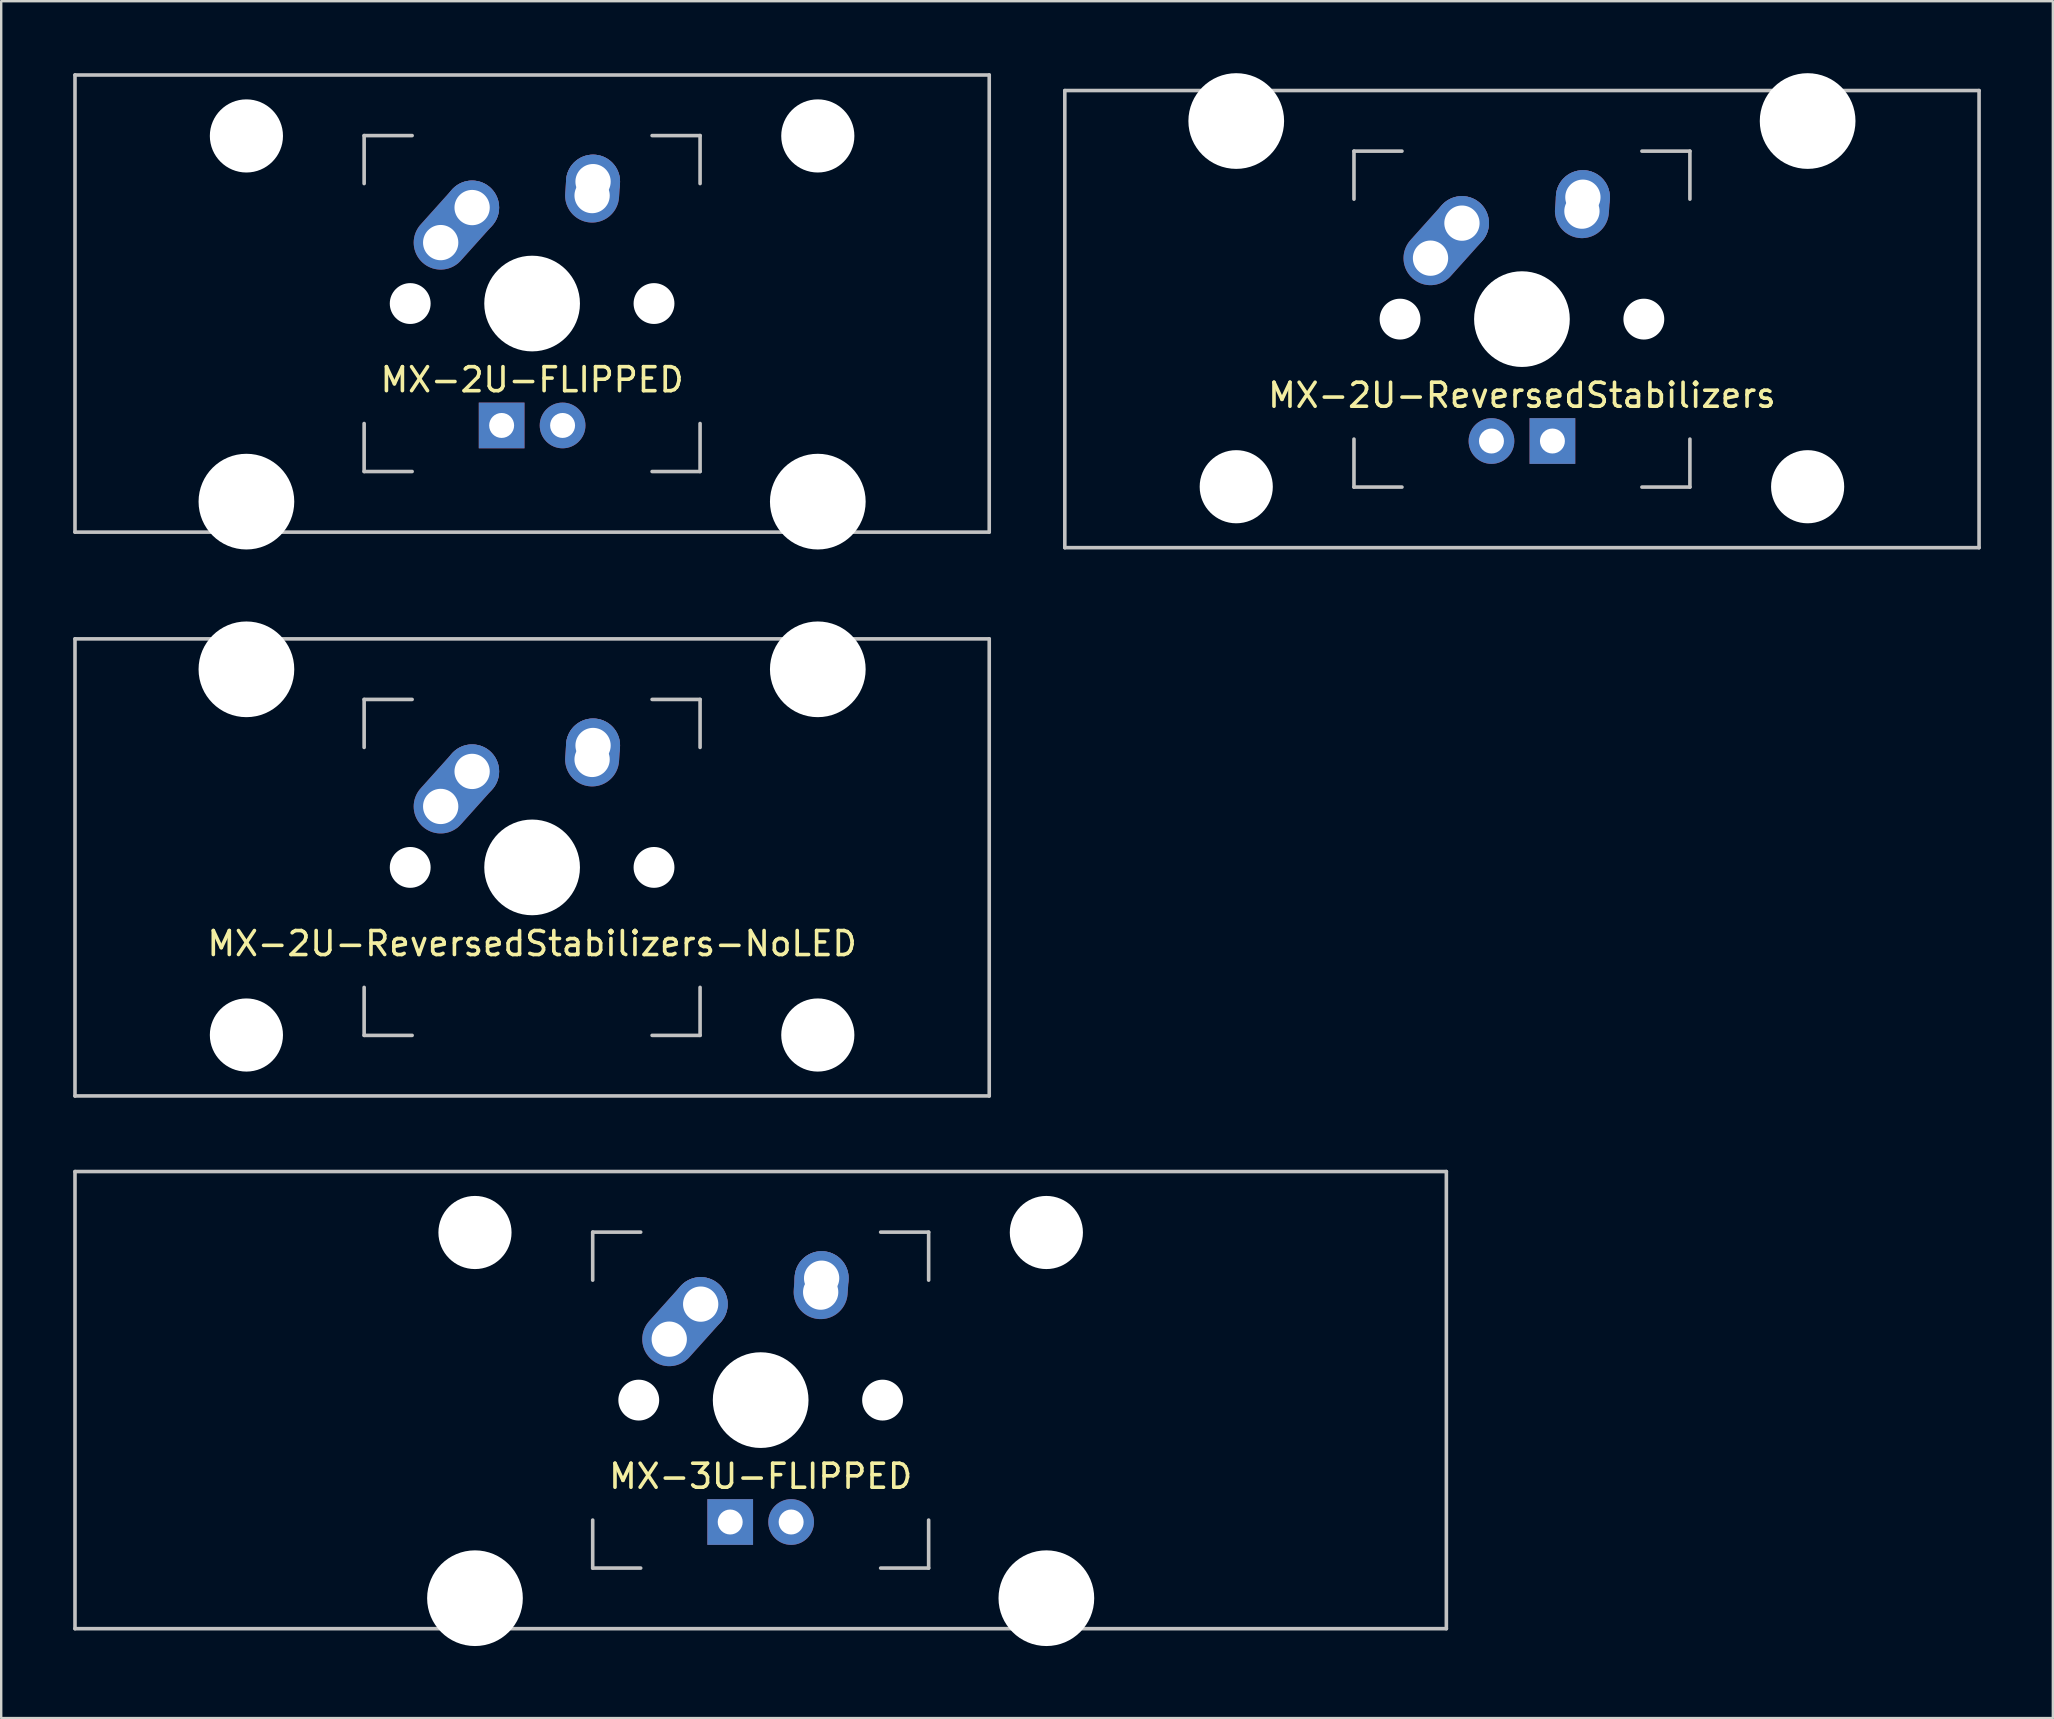
<source format=kicad_pcb>
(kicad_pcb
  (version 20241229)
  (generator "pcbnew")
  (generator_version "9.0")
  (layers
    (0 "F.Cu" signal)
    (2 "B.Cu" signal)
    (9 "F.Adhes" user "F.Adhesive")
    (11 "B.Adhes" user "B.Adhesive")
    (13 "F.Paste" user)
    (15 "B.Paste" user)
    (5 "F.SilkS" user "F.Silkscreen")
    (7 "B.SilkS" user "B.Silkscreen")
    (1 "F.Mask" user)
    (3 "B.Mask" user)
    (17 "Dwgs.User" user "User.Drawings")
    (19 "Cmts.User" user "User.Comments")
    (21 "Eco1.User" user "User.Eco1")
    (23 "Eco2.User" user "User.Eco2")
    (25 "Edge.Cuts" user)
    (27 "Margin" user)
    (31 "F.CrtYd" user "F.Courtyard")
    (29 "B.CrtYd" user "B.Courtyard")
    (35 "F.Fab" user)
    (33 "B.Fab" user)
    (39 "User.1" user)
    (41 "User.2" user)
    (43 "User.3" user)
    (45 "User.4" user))
  (footprint "MX-2U-ReversedStabilizers"
    (layer "F.Cu")
    (at 60.375 10.249)
    (property "Reference" "MX-2U-ReversedStabilizers" (at 0 3.175 0) (layer "F.SilkS") (effects (font (size 1 1) (thickness 0.15))))
    (attr through_hole)
    (fp_line (start -19.05 -9.525) (end 19.05 -9.525) (stroke (width 0.15) (type solid)) (layer "Dwgs.User"))
    (fp_line (start -19.05 9.525) (end -19.05 -9.525) (stroke (width 0.15) (type solid)) (layer "Dwgs.User"))
    (fp_line (start -19.05 9.525) (end 19.05 9.525) (stroke (width 0.15) (type solid)) (layer "Dwgs.User"))
    (fp_line (start -7 -7) (end -7 -5) (stroke (width 0.15) (type solid)) (layer "Dwgs.User"))
    (fp_line (start -7 5) (end -7 7) (stroke (width 0.15) (type solid)) (layer "Dwgs.User"))
    (fp_line (start -7 7) (end -5 7) (stroke (width 0.15) (type solid)) (layer "Dwgs.User"))
    (fp_line (start -5 -7) (end -7 -7) (stroke (width 0.15) (type solid)) (layer "Dwgs.User"))
    (fp_line (start 5 -7) (end 7 -7) (stroke (width 0.15) (type solid)) (layer "Dwgs.User"))
    (fp_line (start 5 7) (end 7 7) (stroke (width 0.15) (type solid)) (layer "Dwgs.User"))
    (fp_line (start 7 -7) (end 7 -5) (stroke (width 0.15) (type solid)) (layer "Dwgs.User"))
    (fp_line (start 7 7) (end 7 5) (stroke (width 0.15) (type solid)) (layer "Dwgs.User"))
    (fp_line (start 19.05 -9.525) (end 19.05 9.525) (stroke (width 0.15) (type solid)) (layer "Dwgs.User"))
    (pad "" np_thru_hole circle (at -11.906 -8.255) (size 3.988 3.988) (drill 3.988) (layers "*.Cu" "*.Mask"))
    (pad "" np_thru_hole circle (at -11.906 6.985) (size 3.048 3.048) (drill 3.048) (layers "*.Cu" "*.Mask"))
    (pad "" np_thru_hole circle (at -5.08 0 48.1) (size 1.702 1.702) (drill 1.702) (layers "*.Cu" "*.Mask"))
    (pad "" np_thru_hole circle (at 0 0) (size 3.988 3.988) (drill 3.988) (layers "*.Cu" "*.Mask"))
    (pad "" np_thru_hole circle (at 5.08 0 48.1) (size 1.702 1.702) (drill 1.702) (layers "*.Cu" "*.Mask"))
    (pad "" np_thru_hole circle (at 11.906 -8.255) (size 3.988 3.988) (drill 3.988) (layers "*.Cu" "*.Mask"))
    (pad "" np_thru_hole circle (at 11.906 6.985) (size 3.048 3.048) (drill 3.048) (layers "*.Cu" "*.Mask"))
    (pad "1" thru_hole oval (at -3.81 -2.54 48.1) (size 4.212 2.25) (drill 1.47 (offset 0.981 0)) (layers "*.Cu" "*.Mask"))
    (pad "1" thru_hole circle (at -2.5 -4) (size 2.25 2.25) (drill 1.47) (layers "*.Cu" "*.Mask"))
    (pad "2" thru_hole oval (at 2.5 -4.5 86.055) (size 2.831 2.25) (drill 1.47 (offset 0.291 0)) (layers "*.Cu" "*.Mask"))
    (pad "2" thru_hole circle (at 2.54 -5.08) (size 2.25 2.25) (drill 1.47) (layers "*.Cu" "*.Mask"))
    (pad "3" thru_hole circle (at -1.27 5.08) (size 1.905 1.905) (drill 1.04) (layers "*.Cu" "*.Mask"))
    (pad "4" thru_hole rect (at 1.27 5.08) (size 1.905 1.905) (drill 1.04) (layers "*.Cu" "*.Mask")))
  (footprint "MX-3U-FLIPPED"
    (layer "F.Cu")
    (at 28.65 55.298)
    (property "Reference" "MX-3U-FLIPPED" (at 0 3.175 0) (layer "F.SilkS") (effects (font (size 1 1) (thickness 0.15))))
    (attr through_hole)
    (fp_line (start -28.575 -9.525) (end 28.575 -9.525) (stroke (width 0.15) (type solid)) (layer "Dwgs.User"))
    (fp_line (start -28.575 9.525) (end -28.575 -9.525) (stroke (width 0.15) (type solid)) (layer "Dwgs.User"))
    (fp_line (start -28.575 9.525) (end 28.575 9.525) (stroke (width 0.15) (type solid)) (layer "Dwgs.User"))
    (fp_line (start -7 -7) (end -7 -5) (stroke (width 0.15) (type solid)) (layer "Dwgs.User"))
    (fp_line (start -7 5) (end -7 7) (stroke (width 0.15) (type solid)) (layer "Dwgs.User"))
    (fp_line (start -7 7) (end -5 7) (stroke (width 0.15) (type solid)) (layer "Dwgs.User"))
    (fp_line (start -5 -7) (end -7 -7) (stroke (width 0.15) (type solid)) (layer "Dwgs.User"))
    (fp_line (start 5 -7) (end 7 -7) (stroke (width 0.15) (type solid)) (layer "Dwgs.User"))
    (fp_line (start 5 7) (end 7 7) (stroke (width 0.15) (type solid)) (layer "Dwgs.User"))
    (fp_line (start 7 -7) (end 7 -5) (stroke (width 0.15) (type solid)) (layer "Dwgs.User"))
    (fp_line (start 7 7) (end 7 5) (stroke (width 0.15) (type solid)) (layer "Dwgs.User"))
    (fp_line (start 28.575 -9.525) (end 28.575 9.525) (stroke (width 0.15) (type solid)) (layer "Dwgs.User"))
    (pad "" np_thru_hole circle (at -11.906 -6.985) (size 3.048 3.048) (drill 3.048) (layers "*.Cu" "*.Mask"))
    (pad "" np_thru_hole circle (at -11.906 8.255) (size 3.988 3.988) (drill 3.988) (layers "*.Cu" "*.Mask"))
    (pad "" np_thru_hole circle (at -5.08 0 48.1) (size 1.702 1.702) (drill 1.702) (layers "*.Cu" "*.Mask"))
    (pad "" np_thru_hole circle (at 0 0) (size 3.988 3.988) (drill 3.988) (layers "*.Cu" "*.Mask"))
    (pad "" np_thru_hole circle (at 5.08 0 48.1) (size 1.702 1.702) (drill 1.702) (layers "*.Cu" "*.Mask"))
    (pad "" np_thru_hole circle (at 11.906 -6.985) (size 3.048 3.048) (drill 3.048) (layers "*.Cu" "*.Mask"))
    (pad "" np_thru_hole circle (at 11.906 8.255) (size 3.988 3.988) (drill 3.988) (layers "*.Cu" "*.Mask"))
    (pad "1" thru_hole oval (at -3.81 -2.54 48.1) (size 4.212 2.25) (drill 1.47 (offset 0.981 0)) (layers "*.Cu" "*.Mask"))
    (pad "1" thru_hole circle (at -2.5 -4) (size 2.25 2.25) (drill 1.47) (layers "*.Cu" "*.Mask"))
    (pad "2" thru_hole oval (at 2.5 -4.5 86.055) (size 2.831 2.25) (drill 1.47 (offset 0.291 0)) (layers "*.Cu" "*.Mask"))
    (pad "2" thru_hole circle (at 2.54 -5.08) (size 2.25 2.25) (drill 1.47) (layers "*.Cu" "*.Mask"))
    (pad "3" thru_hole circle (at 1.27 5.08) (size 1.905 1.905) (drill 1.04) (layers "*.Cu" "*.Mask"))
    (pad "4" thru_hole rect (at -1.27 5.08) (size 1.905 1.905) (drill 1.04) (layers "*.Cu" "*.Mask")))
  (footprint "MX-2U-ReversedStabilizers-NoLED"
    (layer "F.Cu")
    (at 19.125 33.098)
    (property "Reference" "MX-2U-ReversedStabilizers-NoLED" (at 0 3.175 0) (layer "F.SilkS") (effects (font (size 1 1) (thickness 0.15))))
    (attr through_hole)
    (fp_line (start -19.05 -9.525) (end 19.05 -9.525) (stroke (width 0.15) (type solid)) (layer "Dwgs.User"))
    (fp_line (start -19.05 9.525) (end -19.05 -9.525) (stroke (width 0.15) (type solid)) (layer "Dwgs.User"))
    (fp_line (start -19.05 9.525) (end 19.05 9.525) (stroke (width 0.15) (type solid)) (layer "Dwgs.User"))
    (fp_line (start -7 -7) (end -7 -5) (stroke (width 0.15) (type solid)) (layer "Dwgs.User"))
    (fp_line (start -7 5) (end -7 7) (stroke (width 0.15) (type solid)) (layer "Dwgs.User"))
    (fp_line (start -7 7) (end -5 7) (stroke (width 0.15) (type solid)) (layer "Dwgs.User"))
    (fp_line (start -5 -7) (end -7 -7) (stroke (width 0.15) (type solid)) (layer "Dwgs.User"))
    (fp_line (start 5 -7) (end 7 -7) (stroke (width 0.15) (type solid)) (layer "Dwgs.User"))
    (fp_line (start 5 7) (end 7 7) (stroke (width 0.15) (type solid)) (layer "Dwgs.User"))
    (fp_line (start 7 -7) (end 7 -5) (stroke (width 0.15) (type solid)) (layer "Dwgs.User"))
    (fp_line (start 7 7) (end 7 5) (stroke (width 0.15) (type solid)) (layer "Dwgs.User"))
    (fp_line (start 19.05 -9.525) (end 19.05 9.525) (stroke (width 0.15) (type solid)) (layer "Dwgs.User"))
    (pad "" np_thru_hole circle (at -11.906 -8.255) (size 3.988 3.988) (drill 3.988) (layers "*.Cu" "*.Mask"))
    (pad "" np_thru_hole circle (at -11.906 6.985) (size 3.048 3.048) (drill 3.048) (layers "*.Cu" "*.Mask"))
    (pad "" np_thru_hole circle (at -5.08 0 48.1) (size 1.702 1.702) (drill 1.702) (layers "*.Cu" "*.Mask"))
    (pad "" np_thru_hole circle (at 0 0) (size 3.988 3.988) (drill 3.988) (layers "*.Cu" "*.Mask"))
    (pad "" np_thru_hole circle (at 5.08 0 48.1) (size 1.702 1.702) (drill 1.702) (layers "*.Cu" "*.Mask"))
    (pad "" np_thru_hole circle (at 11.906 -8.255) (size 3.988 3.988) (drill 3.988) (layers "*.Cu" "*.Mask"))
    (pad "" np_thru_hole circle (at 11.906 6.985) (size 3.048 3.048) (drill 3.048) (layers "*.Cu" "*.Mask"))
    (pad "1" thru_hole oval (at -3.81 -2.54 48.1) (size 4.212 2.25) (drill 1.47 (offset 0.981 0)) (layers "*.Cu" "*.Mask"))
    (pad "1" thru_hole circle (at -2.5 -4) (size 2.25 2.25) (drill 1.47) (layers "*.Cu" "*.Mask"))
    (pad "2" thru_hole oval (at 2.5 -4.5 86.055) (size 2.831 2.25) (drill 1.47 (offset 0.291 0)) (layers "*.Cu" "*.Mask"))
    (pad "2" thru_hole circle (at 2.54 -5.08) (size 2.25 2.25) (drill 1.47) (layers "*.Cu" "*.Mask")))
  (footprint "MX-2U-FLIPPED"
    (layer "F.Cu")
    (at 19.125 9.6)
    (property "Reference" "MX-2U-FLIPPED" (at 0 3.175 0) (layer "F.SilkS") (effects (font (size 1 1) (thickness 0.15))))
    (attr through_hole)
    (fp_line (start -19.05 -9.525) (end 19.05 -9.525) (stroke (width 0.15) (type solid)) (layer "Dwgs.User"))
    (fp_line (start -19.05 9.525) (end -19.05 -9.525) (stroke (width 0.15) (type solid)) (layer "Dwgs.User"))
    (fp_line (start -19.05 9.525) (end 19.05 9.525) (stroke (width 0.15) (type solid)) (layer "Dwgs.User"))
    (fp_line (start -7 -7) (end -7 -5) (stroke (width 0.15) (type solid)) (layer "Dwgs.User"))
    (fp_line (start -7 5) (end -7 7) (stroke (width 0.15) (type solid)) (layer "Dwgs.User"))
    (fp_line (start -7 7) (end -5 7) (stroke (width 0.15) (type solid)) (layer "Dwgs.User"))
    (fp_line (start -5 -7) (end -7 -7) (stroke (width 0.15) (type solid)) (layer "Dwgs.User"))
    (fp_line (start 5 -7) (end 7 -7) (stroke (width 0.15) (type solid)) (layer "Dwgs.User"))
    (fp_line (start 5 7) (end 7 7) (stroke (width 0.15) (type solid)) (layer "Dwgs.User"))
    (fp_line (start 7 -7) (end 7 -5) (stroke (width 0.15) (type solid)) (layer "Dwgs.User"))
    (fp_line (start 7 7) (end 7 5) (stroke (width 0.15) (type solid)) (layer "Dwgs.User"))
    (fp_line (start 19.05 -9.525) (end 19.05 9.525) (stroke (width 0.15) (type solid)) (layer "Dwgs.User"))
    (pad "" np_thru_hole circle (at -11.906 -6.985) (size 3.048 3.048) (drill 3.048) (layers "*.Cu" "*.Mask"))
    (pad "" np_thru_hole circle (at -11.906 8.255) (size 3.988 3.988) (drill 3.988) (layers "*.Cu" "*.Mask"))
    (pad "" np_thru_hole circle (at -5.08 0 48.1) (size 1.702 1.702) (drill 1.702) (layers "*.Cu" "*.Mask"))
    (pad "" np_thru_hole circle (at 0 0) (size 3.988 3.988) (drill 3.988) (layers "*.Cu" "*.Mask"))
    (pad "" np_thru_hole circle (at 5.08 0 48.1) (size 1.702 1.702) (drill 1.702) (layers "*.Cu" "*.Mask"))
    (pad "" np_thru_hole circle (at 11.906 -6.985) (size 3.048 3.048) (drill 3.048) (layers "*.Cu" "*.Mask"))
    (pad "" np_thru_hole circle (at 11.906 8.255) (size 3.988 3.988) (drill 3.988) (layers "*.Cu" "*.Mask"))
    (pad "1" thru_hole oval (at -3.81 -2.54 48.1) (size 4.212 2.25) (drill 1.47 (offset 0.981 0)) (layers "*.Cu" "*.Mask"))
    (pad "1" thru_hole circle (at -2.5 -4) (size 2.25 2.25) (drill 1.47) (layers "*.Cu" "*.Mask"))
    (pad "2" thru_hole oval (at 2.5 -4.5 86.055) (size 2.831 2.25) (drill 1.47 (offset 0.291 0)) (layers "*.Cu" "*.Mask"))
    (pad "2" thru_hole circle (at 2.54 -5.08) (size 2.25 2.25) (drill 1.47) (layers "*.Cu" "*.Mask"))
    (pad "3" thru_hole circle (at 1.27 5.08) (size 1.905 1.905) (drill 1.04) (layers "*.Cu" "*.Mask"))
    (pad "4" thru_hole rect (at -1.27 5.08) (size 1.905 1.905) (drill 1.04) (layers "*.Cu" "*.Mask")))
  (gr_rect
    (start -3 -3)
    (end 82.5 68.547)
    (stroke (width 0.1) (type default))
    (fill no)
    (layer "Edge.Cuts")))
</source>
